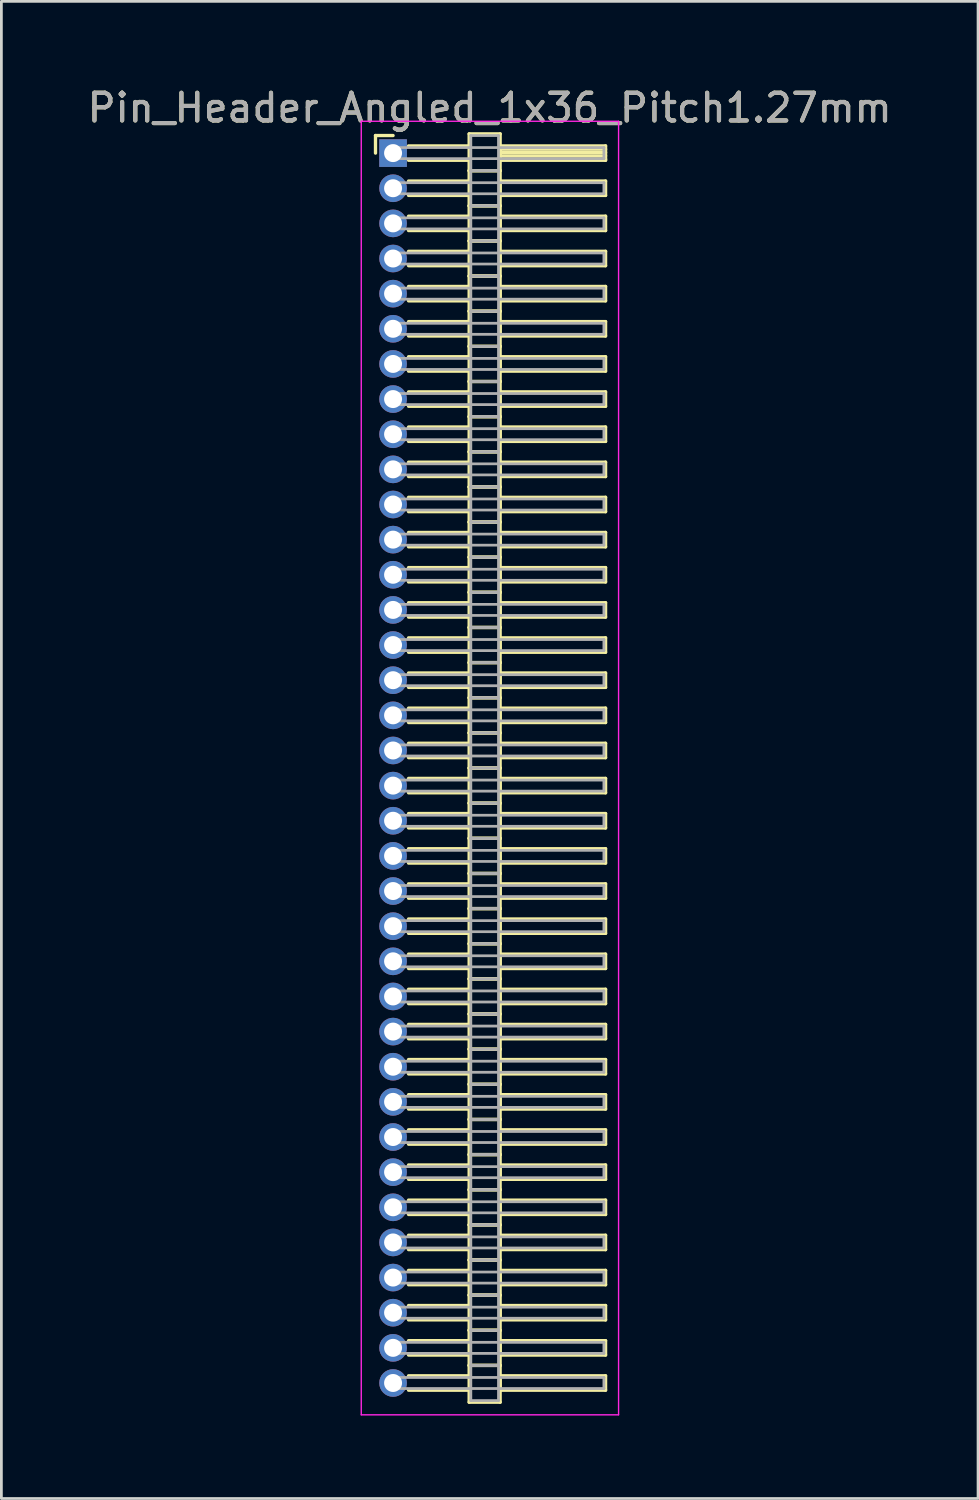
<source format=kicad_pcb>
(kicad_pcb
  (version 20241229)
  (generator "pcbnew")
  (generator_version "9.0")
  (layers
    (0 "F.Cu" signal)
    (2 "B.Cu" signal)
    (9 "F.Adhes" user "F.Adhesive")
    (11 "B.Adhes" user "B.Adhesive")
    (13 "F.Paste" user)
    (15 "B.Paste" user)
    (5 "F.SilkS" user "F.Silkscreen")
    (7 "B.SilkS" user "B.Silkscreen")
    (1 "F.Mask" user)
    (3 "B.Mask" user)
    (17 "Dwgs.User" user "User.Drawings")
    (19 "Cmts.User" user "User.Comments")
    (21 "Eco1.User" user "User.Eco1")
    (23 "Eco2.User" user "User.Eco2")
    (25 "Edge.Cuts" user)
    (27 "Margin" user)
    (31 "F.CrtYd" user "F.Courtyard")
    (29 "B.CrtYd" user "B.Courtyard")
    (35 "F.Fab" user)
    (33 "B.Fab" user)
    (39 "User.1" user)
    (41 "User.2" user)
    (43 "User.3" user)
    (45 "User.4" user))
  (footprint "Pin_Header_Angled_1x36_Pitch1.27mm"
    (layer "F.Cu")
    (at 11.156 2.483)
    (property "Reference" "Pin_Header_Angled_1x36_Pitch1.27mm" (at 3.493 -1.635 0) (layer "F.SilkS") (effects (font (size 1 1) (thickness 0.15))))
    (attr through_hole)
    (fp_line (start -0.635 -0.635) (end 0 -0.635) (stroke (width 0.12) (type solid)) (layer "F.SilkS"))
    (fp_line (start -0.635 0) (end -0.635 -0.635) (stroke (width 0.12) (type solid)) (layer "F.SilkS"))
    (fp_line (start 0.56 -0.26) (end 2.75 -0.26) (stroke (width 0.12) (type solid)) (layer "F.SilkS"))
    (fp_line (start 0.56 0.26) (end 2.75 0.26) (stroke (width 0.12) (type solid)) (layer "F.SilkS"))
    (fp_line (start 0.56 1.01) (end 2.75 1.01) (stroke (width 0.12) (type solid)) (layer "F.SilkS"))
    (fp_line (start 0.56 1.53) (end 2.75 1.53) (stroke (width 0.12) (type solid)) (layer "F.SilkS"))
    (fp_line (start 0.56 2.28) (end 2.75 2.28) (stroke (width 0.12) (type solid)) (layer "F.SilkS"))
    (fp_line (start 0.56 2.8) (end 2.75 2.8) (stroke (width 0.12) (type solid)) (layer "F.SilkS"))
    (fp_line (start 0.56 3.55) (end 2.75 3.55) (stroke (width 0.12) (type solid)) (layer "F.SilkS"))
    (fp_line (start 0.56 4.07) (end 2.75 4.07) (stroke (width 0.12) (type solid)) (layer "F.SilkS"))
    (fp_line (start 0.56 4.82) (end 2.75 4.82) (stroke (width 0.12) (type solid)) (layer "F.SilkS"))
    (fp_line (start 0.56 5.34) (end 2.75 5.34) (stroke (width 0.12) (type solid)) (layer "F.SilkS"))
    (fp_line (start 0.56 6.09) (end 2.75 6.09) (stroke (width 0.12) (type solid)) (layer "F.SilkS"))
    (fp_line (start 0.56 6.61) (end 2.75 6.61) (stroke (width 0.12) (type solid)) (layer "F.SilkS"))
    (fp_line (start 0.56 7.36) (end 2.75 7.36) (stroke (width 0.12) (type solid)) (layer "F.SilkS"))
    (fp_line (start 0.56 7.88) (end 2.75 7.88) (stroke (width 0.12) (type solid)) (layer "F.SilkS"))
    (fp_line (start 0.56 8.63) (end 2.75 8.63) (stroke (width 0.12) (type solid)) (layer "F.SilkS"))
    (fp_line (start 0.56 9.15) (end 2.75 9.15) (stroke (width 0.12) (type solid)) (layer "F.SilkS"))
    (fp_line (start 0.56 9.9) (end 2.75 9.9) (stroke (width 0.12) (type solid)) (layer "F.SilkS"))
    (fp_line (start 0.56 10.42) (end 2.75 10.42) (stroke (width 0.12) (type solid)) (layer "F.SilkS"))
    (fp_line (start 0.56 11.17) (end 2.75 11.17) (stroke (width 0.12) (type solid)) (layer "F.SilkS"))
    (fp_line (start 0.56 11.69) (end 2.75 11.69) (stroke (width 0.12) (type solid)) (layer "F.SilkS"))
    (fp_line (start 0.56 12.44) (end 2.75 12.44) (stroke (width 0.12) (type solid)) (layer "F.SilkS"))
    (fp_line (start 0.56 12.96) (end 2.75 12.96) (stroke (width 0.12) (type solid)) (layer "F.SilkS"))
    (fp_line (start 0.56 13.71) (end 2.75 13.71) (stroke (width 0.12) (type solid)) (layer "F.SilkS"))
    (fp_line (start 0.56 14.23) (end 2.75 14.23) (stroke (width 0.12) (type solid)) (layer "F.SilkS"))
    (fp_line (start 0.56 14.98) (end 2.75 14.98) (stroke (width 0.12) (type solid)) (layer "F.SilkS"))
    (fp_line (start 0.56 15.5) (end 2.75 15.5) (stroke (width 0.12) (type solid)) (layer "F.SilkS"))
    (fp_line (start 0.56 16.25) (end 2.75 16.25) (stroke (width 0.12) (type solid)) (layer "F.SilkS"))
    (fp_line (start 0.56 16.77) (end 2.75 16.77) (stroke (width 0.12) (type solid)) (layer "F.SilkS"))
    (fp_line (start 0.56 17.52) (end 2.75 17.52) (stroke (width 0.12) (type solid)) (layer "F.SilkS"))
    (fp_line (start 0.56 18.04) (end 2.75 18.04) (stroke (width 0.12) (type solid)) (layer "F.SilkS"))
    (fp_line (start 0.56 18.79) (end 2.75 18.79) (stroke (width 0.12) (type solid)) (layer "F.SilkS"))
    (fp_line (start 0.56 19.31) (end 2.75 19.31) (stroke (width 0.12) (type solid)) (layer "F.SilkS"))
    (fp_line (start 0.56 20.06) (end 2.75 20.06) (stroke (width 0.12) (type solid)) (layer "F.SilkS"))
    (fp_line (start 0.56 20.58) (end 2.75 20.58) (stroke (width 0.12) (type solid)) (layer "F.SilkS"))
    (fp_line (start 0.56 21.33) (end 2.75 21.33) (stroke (width 0.12) (type solid)) (layer "F.SilkS"))
    (fp_line (start 0.56 21.85) (end 2.75 21.85) (stroke (width 0.12) (type solid)) (layer "F.SilkS"))
    (fp_line (start 0.56 22.6) (end 2.75 22.6) (stroke (width 0.12) (type solid)) (layer "F.SilkS"))
    (fp_line (start 0.56 23.12) (end 2.75 23.12) (stroke (width 0.12) (type solid)) (layer "F.SilkS"))
    (fp_line (start 0.56 23.87) (end 2.75 23.87) (stroke (width 0.12) (type solid)) (layer "F.SilkS"))
    (fp_line (start 0.56 24.39) (end 2.75 24.39) (stroke (width 0.12) (type solid)) (layer "F.SilkS"))
    (fp_line (start 0.56 25.14) (end 2.75 25.14) (stroke (width 0.12) (type solid)) (layer "F.SilkS"))
    (fp_line (start 0.56 25.66) (end 2.75 25.66) (stroke (width 0.12) (type solid)) (layer "F.SilkS"))
    (fp_line (start 0.56 26.41) (end 2.75 26.41) (stroke (width 0.12) (type solid)) (layer "F.SilkS"))
    (fp_line (start 0.56 26.93) (end 2.75 26.93) (stroke (width 0.12) (type solid)) (layer "F.SilkS"))
    (fp_line (start 0.56 27.68) (end 2.75 27.68) (stroke (width 0.12) (type solid)) (layer "F.SilkS"))
    (fp_line (start 0.56 28.2) (end 2.75 28.2) (stroke (width 0.12) (type solid)) (layer "F.SilkS"))
    (fp_line (start 0.56 28.95) (end 2.75 28.95) (stroke (width 0.12) (type solid)) (layer "F.SilkS"))
    (fp_line (start 0.56 29.47) (end 2.75 29.47) (stroke (width 0.12) (type solid)) (layer "F.SilkS"))
    (fp_line (start 0.56 30.22) (end 2.75 30.22) (stroke (width 0.12) (type solid)) (layer "F.SilkS"))
    (fp_line (start 0.56 30.74) (end 2.75 30.74) (stroke (width 0.12) (type solid)) (layer "F.SilkS"))
    (fp_line (start 0.56 31.49) (end 2.75 31.49) (stroke (width 0.12) (type solid)) (layer "F.SilkS"))
    (fp_line (start 0.56 32.01) (end 2.75 32.01) (stroke (width 0.12) (type solid)) (layer "F.SilkS"))
    (fp_line (start 0.56 32.76) (end 2.75 32.76) (stroke (width 0.12) (type solid)) (layer "F.SilkS"))
    (fp_line (start 0.56 33.28) (end 2.75 33.28) (stroke (width 0.12) (type solid)) (layer "F.SilkS"))
    (fp_line (start 0.56 34.03) (end 2.75 34.03) (stroke (width 0.12) (type solid)) (layer "F.SilkS"))
    (fp_line (start 0.56 34.55) (end 2.75 34.55) (stroke (width 0.12) (type solid)) (layer "F.SilkS"))
    (fp_line (start 0.56 35.3) (end 2.75 35.3) (stroke (width 0.12) (type solid)) (layer "F.SilkS"))
    (fp_line (start 0.56 35.82) (end 2.75 35.82) (stroke (width 0.12) (type solid)) (layer "F.SilkS"))
    (fp_line (start 0.56 36.57) (end 2.75 36.57) (stroke (width 0.12) (type solid)) (layer "F.SilkS"))
    (fp_line (start 0.56 37.09) (end 2.75 37.09) (stroke (width 0.12) (type solid)) (layer "F.SilkS"))
    (fp_line (start 0.56 37.84) (end 2.75 37.84) (stroke (width 0.12) (type solid)) (layer "F.SilkS"))
    (fp_line (start 0.56 38.36) (end 2.75 38.36) (stroke (width 0.12) (type solid)) (layer "F.SilkS"))
    (fp_line (start 0.56 39.11) (end 2.75 39.11) (stroke (width 0.12) (type solid)) (layer "F.SilkS"))
    (fp_line (start 0.56 39.63) (end 2.75 39.63) (stroke (width 0.12) (type solid)) (layer "F.SilkS"))
    (fp_line (start 0.56 40.38) (end 2.75 40.38) (stroke (width 0.12) (type solid)) (layer "F.SilkS"))
    (fp_line (start 0.56 40.9) (end 2.75 40.9) (stroke (width 0.12) (type solid)) (layer "F.SilkS"))
    (fp_line (start 0.56 41.65) (end 2.75 41.65) (stroke (width 0.12) (type solid)) (layer "F.SilkS"))
    (fp_line (start 0.56 42.17) (end 2.75 42.17) (stroke (width 0.12) (type solid)) (layer "F.SilkS"))
    (fp_line (start 0.56 42.92) (end 2.75 42.92) (stroke (width 0.12) (type solid)) (layer "F.SilkS"))
    (fp_line (start 0.56 43.44) (end 2.75 43.44) (stroke (width 0.12) (type solid)) (layer "F.SilkS"))
    (fp_line (start 0.56 44.19) (end 2.75 44.19) (stroke (width 0.12) (type solid)) (layer "F.SilkS"))
    (fp_line (start 0.56 44.71) (end 2.75 44.71) (stroke (width 0.12) (type solid)) (layer "F.SilkS"))
    (fp_line (start 2.75 -0.695) (end 2.75 0.635) (stroke (width 0.12) (type solid)) (layer "F.SilkS"))
    (fp_line (start 2.75 0.635) (end 2.75 1.905) (stroke (width 0.12) (type solid)) (layer "F.SilkS"))
    (fp_line (start 2.75 0.635) (end 3.87 0.635) (stroke (width 0.12) (type solid)) (layer "F.SilkS"))
    (fp_line (start 2.75 1.905) (end 2.75 3.175) (stroke (width 0.12) (type solid)) (layer "F.SilkS"))
    (fp_line (start 2.75 1.905) (end 3.87 1.905) (stroke (width 0.12) (type solid)) (layer "F.SilkS"))
    (fp_line (start 2.75 3.175) (end 2.75 4.445) (stroke (width 0.12) (type solid)) (layer "F.SilkS"))
    (fp_line (start 2.75 3.175) (end 3.87 3.175) (stroke (width 0.12) (type solid)) (layer "F.SilkS"))
    (fp_line (start 2.75 4.445) (end 2.75 5.715) (stroke (width 0.12) (type solid)) (layer "F.SilkS"))
    (fp_line (start 2.75 4.445) (end 3.87 4.445) (stroke (width 0.12) (type solid)) (layer "F.SilkS"))
    (fp_line (start 2.75 5.715) (end 2.75 6.985) (stroke (width 0.12) (type solid)) (layer "F.SilkS"))
    (fp_line (start 2.75 5.715) (end 3.87 5.715) (stroke (width 0.12) (type solid)) (layer "F.SilkS"))
    (fp_line (start 2.75 6.985) (end 2.75 8.255) (stroke (width 0.12) (type solid)) (layer "F.SilkS"))
    (fp_line (start 2.75 6.985) (end 3.87 6.985) (stroke (width 0.12) (type solid)) (layer "F.SilkS"))
    (fp_line (start 2.75 8.255) (end 2.75 9.525) (stroke (width 0.12) (type solid)) (layer "F.SilkS"))
    (fp_line (start 2.75 8.255) (end 3.87 8.255) (stroke (width 0.12) (type solid)) (layer "F.SilkS"))
    (fp_line (start 2.75 9.525) (end 2.75 10.795) (stroke (width 0.12) (type solid)) (layer "F.SilkS"))
    (fp_line (start 2.75 9.525) (end 3.87 9.525) (stroke (width 0.12) (type solid)) (layer "F.SilkS"))
    (fp_line (start 2.75 10.795) (end 2.75 12.065) (stroke (width 0.12) (type solid)) (layer "F.SilkS"))
    (fp_line (start 2.75 10.795) (end 3.87 10.795) (stroke (width 0.12) (type solid)) (layer "F.SilkS"))
    (fp_line (start 2.75 12.065) (end 2.75 13.335) (stroke (width 0.12) (type solid)) (layer "F.SilkS"))
    (fp_line (start 2.75 12.065) (end 3.87 12.065) (stroke (width 0.12) (type solid)) (layer "F.SilkS"))
    (fp_line (start 2.75 13.335) (end 2.75 14.605) (stroke (width 0.12) (type solid)) (layer "F.SilkS"))
    (fp_line (start 2.75 13.335) (end 3.87 13.335) (stroke (width 0.12) (type solid)) (layer "F.SilkS"))
    (fp_line (start 2.75 14.605) (end 2.75 15.875) (stroke (width 0.12) (type solid)) (layer "F.SilkS"))
    (fp_line (start 2.75 14.605) (end 3.87 14.605) (stroke (width 0.12) (type solid)) (layer "F.SilkS"))
    (fp_line (start 2.75 15.875) (end 2.75 17.145) (stroke (width 0.12) (type solid)) (layer "F.SilkS"))
    (fp_line (start 2.75 15.875) (end 3.87 15.875) (stroke (width 0.12) (type solid)) (layer "F.SilkS"))
    (fp_line (start 2.75 17.145) (end 2.75 18.415) (stroke (width 0.12) (type solid)) (layer "F.SilkS"))
    (fp_line (start 2.75 17.145) (end 3.87 17.145) (stroke (width 0.12) (type solid)) (layer "F.SilkS"))
    (fp_line (start 2.75 18.415) (end 2.75 19.685) (stroke (width 0.12) (type solid)) (layer "F.SilkS"))
    (fp_line (start 2.75 18.415) (end 3.87 18.415) (stroke (width 0.12) (type solid)) (layer "F.SilkS"))
    (fp_line (start 2.75 19.685) (end 2.75 20.955) (stroke (width 0.12) (type solid)) (layer "F.SilkS"))
    (fp_line (start 2.75 19.685) (end 3.87 19.685) (stroke (width 0.12) (type solid)) (layer "F.SilkS"))
    (fp_line (start 2.75 20.955) (end 2.75 22.225) (stroke (width 0.12) (type solid)) (layer "F.SilkS"))
    (fp_line (start 2.75 20.955) (end 3.87 20.955) (stroke (width 0.12) (type solid)) (layer "F.SilkS"))
    (fp_line (start 2.75 22.225) (end 2.75 23.495) (stroke (width 0.12) (type solid)) (layer "F.SilkS"))
    (fp_line (start 2.75 22.225) (end 3.87 22.225) (stroke (width 0.12) (type solid)) (layer "F.SilkS"))
    (fp_line (start 2.75 23.495) (end 2.75 24.765) (stroke (width 0.12) (type solid)) (layer "F.SilkS"))
    (fp_line (start 2.75 23.495) (end 3.87 23.495) (stroke (width 0.12) (type solid)) (layer "F.SilkS"))
    (fp_line (start 2.75 24.765) (end 2.75 26.035) (stroke (width 0.12) (type solid)) (layer "F.SilkS"))
    (fp_line (start 2.75 24.765) (end 3.87 24.765) (stroke (width 0.12) (type solid)) (layer "F.SilkS"))
    (fp_line (start 2.75 26.035) (end 2.75 27.305) (stroke (width 0.12) (type solid)) (layer "F.SilkS"))
    (fp_line (start 2.75 26.035) (end 3.87 26.035) (stroke (width 0.12) (type solid)) (layer "F.SilkS"))
    (fp_line (start 2.75 27.305) (end 2.75 28.575) (stroke (width 0.12) (type solid)) (layer "F.SilkS"))
    (fp_line (start 2.75 27.305) (end 3.87 27.305) (stroke (width 0.12) (type solid)) (layer "F.SilkS"))
    (fp_line (start 2.75 28.575) (end 2.75 29.845) (stroke (width 0.12) (type solid)) (layer "F.SilkS"))
    (fp_line (start 2.75 28.575) (end 3.87 28.575) (stroke (width 0.12) (type solid)) (layer "F.SilkS"))
    (fp_line (start 2.75 29.845) (end 2.75 31.115) (stroke (width 0.12) (type solid)) (layer "F.SilkS"))
    (fp_line (start 2.75 29.845) (end 3.87 29.845) (stroke (width 0.12) (type solid)) (layer "F.SilkS"))
    (fp_line (start 2.75 31.115) (end 2.75 32.385) (stroke (width 0.12) (type solid)) (layer "F.SilkS"))
    (fp_line (start 2.75 31.115) (end 3.87 31.115) (stroke (width 0.12) (type solid)) (layer "F.SilkS"))
    (fp_line (start 2.75 32.385) (end 2.75 33.655) (stroke (width 0.12) (type solid)) (layer "F.SilkS"))
    (fp_line (start 2.75 32.385) (end 3.87 32.385) (stroke (width 0.12) (type solid)) (layer "F.SilkS"))
    (fp_line (start 2.75 33.655) (end 2.75 34.925) (stroke (width 0.12) (type solid)) (layer "F.SilkS"))
    (fp_line (start 2.75 33.655) (end 3.87 33.655) (stroke (width 0.12) (type solid)) (layer "F.SilkS"))
    (fp_line (start 2.75 34.925) (end 2.75 36.195) (stroke (width 0.12) (type solid)) (layer "F.SilkS"))
    (fp_line (start 2.75 34.925) (end 3.87 34.925) (stroke (width 0.12) (type solid)) (layer "F.SilkS"))
    (fp_line (start 2.75 36.195) (end 2.75 37.465) (stroke (width 0.12) (type solid)) (layer "F.SilkS"))
    (fp_line (start 2.75 36.195) (end 3.87 36.195) (stroke (width 0.12) (type solid)) (layer "F.SilkS"))
    (fp_line (start 2.75 37.465) (end 2.75 38.735) (stroke (width 0.12) (type solid)) (layer "F.SilkS"))
    (fp_line (start 2.75 37.465) (end 3.87 37.465) (stroke (width 0.12) (type solid)) (layer "F.SilkS"))
    (fp_line (start 2.75 38.735) (end 2.75 40.005) (stroke (width 0.12) (type solid)) (layer "F.SilkS"))
    (fp_line (start 2.75 38.735) (end 3.87 38.735) (stroke (width 0.12) (type solid)) (layer "F.SilkS"))
    (fp_line (start 2.75 40.005) (end 2.75 41.275) (stroke (width 0.12) (type solid)) (layer "F.SilkS"))
    (fp_line (start 2.75 40.005) (end 3.87 40.005) (stroke (width 0.12) (type solid)) (layer "F.SilkS"))
    (fp_line (start 2.75 41.275) (end 2.75 42.545) (stroke (width 0.12) (type solid)) (layer "F.SilkS"))
    (fp_line (start 2.75 41.275) (end 3.87 41.275) (stroke (width 0.12) (type solid)) (layer "F.SilkS"))
    (fp_line (start 2.75 42.545) (end 2.75 43.815) (stroke (width 0.12) (type solid)) (layer "F.SilkS"))
    (fp_line (start 2.75 42.545) (end 3.87 42.545) (stroke (width 0.12) (type solid)) (layer "F.SilkS"))
    (fp_line (start 2.75 43.815) (end 2.75 45.145) (stroke (width 0.12) (type solid)) (layer "F.SilkS"))
    (fp_line (start 2.75 43.815) (end 3.87 43.815) (stroke (width 0.12) (type solid)) (layer "F.SilkS"))
    (fp_line (start 2.75 45.145) (end 3.87 45.145) (stroke (width 0.12) (type solid)) (layer "F.SilkS"))
    (fp_line (start 3.87 -0.695) (end 2.75 -0.695) (stroke (width 0.12) (type solid)) (layer "F.SilkS"))
    (fp_line (start 3.87 -0.26) (end 3.87 0.26) (stroke (width 0.12) (type solid)) (layer "F.SilkS"))
    (fp_line (start 3.87 -0.14) (end 7.68 -0.14) (stroke (width 0.12) (type solid)) (layer "F.SilkS"))
    (fp_line (start 3.87 -0.02) (end 7.68 -0.02) (stroke (width 0.12) (type solid)) (layer "F.SilkS"))
    (fp_line (start 3.87 0.1) (end 7.68 0.1) (stroke (width 0.12) (type solid)) (layer "F.SilkS"))
    (fp_line (start 3.87 0.22) (end 7.68 0.22) (stroke (width 0.12) (type solid)) (layer "F.SilkS"))
    (fp_line (start 3.87 0.26) (end 7.68 0.26) (stroke (width 0.12) (type solid)) (layer "F.SilkS"))
    (fp_line (start 3.87 0.635) (end 2.75 0.635) (stroke (width 0.12) (type solid)) (layer "F.SilkS"))
    (fp_line (start 3.87 0.635) (end 3.87 -0.695) (stroke (width 0.12) (type solid)) (layer "F.SilkS"))
    (fp_line (start 3.87 1.01) (end 3.87 1.53) (stroke (width 0.12) (type solid)) (layer "F.SilkS"))
    (fp_line (start 3.87 1.53) (end 7.68 1.53) (stroke (width 0.12) (type solid)) (layer "F.SilkS"))
    (fp_line (start 3.87 1.905) (end 2.75 1.905) (stroke (width 0.12) (type solid)) (layer "F.SilkS"))
    (fp_line (start 3.87 1.905) (end 3.87 0.635) (stroke (width 0.12) (type solid)) (layer "F.SilkS"))
    (fp_line (start 3.87 2.28) (end 3.87 2.8) (stroke (width 0.12) (type solid)) (layer "F.SilkS"))
    (fp_line (start 3.87 2.8) (end 7.68 2.8) (stroke (width 0.12) (type solid)) (layer "F.SilkS"))
    (fp_line (start 3.87 3.175) (end 2.75 3.175) (stroke (width 0.12) (type solid)) (layer "F.SilkS"))
    (fp_line (start 3.87 3.175) (end 3.87 1.905) (stroke (width 0.12) (type solid)) (layer "F.SilkS"))
    (fp_line (start 3.87 3.55) (end 3.87 4.07) (stroke (width 0.12) (type solid)) (layer "F.SilkS"))
    (fp_line (start 3.87 4.07) (end 7.68 4.07) (stroke (width 0.12) (type solid)) (layer "F.SilkS"))
    (fp_line (start 3.87 4.445) (end 2.75 4.445) (stroke (width 0.12) (type solid)) (layer "F.SilkS"))
    (fp_line (start 3.87 4.445) (end 3.87 3.175) (stroke (width 0.12) (type solid)) (layer "F.SilkS"))
    (fp_line (start 3.87 4.82) (end 3.87 5.34) (stroke (width 0.12) (type solid)) (layer "F.SilkS"))
    (fp_line (start 3.87 5.34) (end 7.68 5.34) (stroke (width 0.12) (type solid)) (layer "F.SilkS"))
    (fp_line (start 3.87 5.715) (end 2.75 5.715) (stroke (width 0.12) (type solid)) (layer "F.SilkS"))
    (fp_line (start 3.87 5.715) (end 3.87 4.445) (stroke (width 0.12) (type solid)) (layer "F.SilkS"))
    (fp_line (start 3.87 6.09) (end 3.87 6.61) (stroke (width 0.12) (type solid)) (layer "F.SilkS"))
    (fp_line (start 3.87 6.61) (end 7.68 6.61) (stroke (width 0.12) (type solid)) (layer "F.SilkS"))
    (fp_line (start 3.87 6.985) (end 2.75 6.985) (stroke (width 0.12) (type solid)) (layer "F.SilkS"))
    (fp_line (start 3.87 6.985) (end 3.87 5.715) (stroke (width 0.12) (type solid)) (layer "F.SilkS"))
    (fp_line (start 3.87 7.36) (end 3.87 7.88) (stroke (width 0.12) (type solid)) (layer "F.SilkS"))
    (fp_line (start 3.87 7.88) (end 7.68 7.88) (stroke (width 0.12) (type solid)) (layer "F.SilkS"))
    (fp_line (start 3.87 8.255) (end 2.75 8.255) (stroke (width 0.12) (type solid)) (layer "F.SilkS"))
    (fp_line (start 3.87 8.255) (end 3.87 6.985) (stroke (width 0.12) (type solid)) (layer "F.SilkS"))
    (fp_line (start 3.87 8.63) (end 3.87 9.15) (stroke (width 0.12) (type solid)) (layer "F.SilkS"))
    (fp_line (start 3.87 9.15) (end 7.68 9.15) (stroke (width 0.12) (type solid)) (layer "F.SilkS"))
    (fp_line (start 3.87 9.525) (end 2.75 9.525) (stroke (width 0.12) (type solid)) (layer "F.SilkS"))
    (fp_line (start 3.87 9.525) (end 3.87 8.255) (stroke (width 0.12) (type solid)) (layer "F.SilkS"))
    (fp_line (start 3.87 9.9) (end 3.87 10.42) (stroke (width 0.12) (type solid)) (layer "F.SilkS"))
    (fp_line (start 3.87 10.42) (end 7.68 10.42) (stroke (width 0.12) (type solid)) (layer "F.SilkS"))
    (fp_line (start 3.87 10.795) (end 2.75 10.795) (stroke (width 0.12) (type solid)) (layer "F.SilkS"))
    (fp_line (start 3.87 10.795) (end 3.87 9.525) (stroke (width 0.12) (type solid)) (layer "F.SilkS"))
    (fp_line (start 3.87 11.17) (end 3.87 11.69) (stroke (width 0.12) (type solid)) (layer "F.SilkS"))
    (fp_line (start 3.87 11.69) (end 7.68 11.69) (stroke (width 0.12) (type solid)) (layer "F.SilkS"))
    (fp_line (start 3.87 12.065) (end 2.75 12.065) (stroke (width 0.12) (type solid)) (layer "F.SilkS"))
    (fp_line (start 3.87 12.065) (end 3.87 10.795) (stroke (width 0.12) (type solid)) (layer "F.SilkS"))
    (fp_line (start 3.87 12.44) (end 3.87 12.96) (stroke (width 0.12) (type solid)) (layer "F.SilkS"))
    (fp_line (start 3.87 12.96) (end 7.68 12.96) (stroke (width 0.12) (type solid)) (layer "F.SilkS"))
    (fp_line (start 3.87 13.335) (end 2.75 13.335) (stroke (width 0.12) (type solid)) (layer "F.SilkS"))
    (fp_line (start 3.87 13.335) (end 3.87 12.065) (stroke (width 0.12) (type solid)) (layer "F.SilkS"))
    (fp_line (start 3.87 13.71) (end 3.87 14.23) (stroke (width 0.12) (type solid)) (layer "F.SilkS"))
    (fp_line (start 3.87 14.23) (end 7.68 14.23) (stroke (width 0.12) (type solid)) (layer "F.SilkS"))
    (fp_line (start 3.87 14.605) (end 2.75 14.605) (stroke (width 0.12) (type solid)) (layer "F.SilkS"))
    (fp_line (start 3.87 14.605) (end 3.87 13.335) (stroke (width 0.12) (type solid)) (layer "F.SilkS"))
    (fp_line (start 3.87 14.98) (end 3.87 15.5) (stroke (width 0.12) (type solid)) (layer "F.SilkS"))
    (fp_line (start 3.87 15.5) (end 7.68 15.5) (stroke (width 0.12) (type solid)) (layer "F.SilkS"))
    (fp_line (start 3.87 15.875) (end 2.75 15.875) (stroke (width 0.12) (type solid)) (layer "F.SilkS"))
    (fp_line (start 3.87 15.875) (end 3.87 14.605) (stroke (width 0.12) (type solid)) (layer "F.SilkS"))
    (fp_line (start 3.87 16.25) (end 3.87 16.77) (stroke (width 0.12) (type solid)) (layer "F.SilkS"))
    (fp_line (start 3.87 16.77) (end 7.68 16.77) (stroke (width 0.12) (type solid)) (layer "F.SilkS"))
    (fp_line (start 3.87 17.145) (end 2.75 17.145) (stroke (width 0.12) (type solid)) (layer "F.SilkS"))
    (fp_line (start 3.87 17.145) (end 3.87 15.875) (stroke (width 0.12) (type solid)) (layer "F.SilkS"))
    (fp_line (start 3.87 17.52) (end 3.87 18.04) (stroke (width 0.12) (type solid)) (layer "F.SilkS"))
    (fp_line (start 3.87 18.04) (end 7.68 18.04) (stroke (width 0.12) (type solid)) (layer "F.SilkS"))
    (fp_line (start 3.87 18.415) (end 2.75 18.415) (stroke (width 0.12) (type solid)) (layer "F.SilkS"))
    (fp_line (start 3.87 18.415) (end 3.87 17.145) (stroke (width 0.12) (type solid)) (layer "F.SilkS"))
    (fp_line (start 3.87 18.79) (end 3.87 19.31) (stroke (width 0.12) (type solid)) (layer "F.SilkS"))
    (fp_line (start 3.87 19.31) (end 7.68 19.31) (stroke (width 0.12) (type solid)) (layer "F.SilkS"))
    (fp_line (start 3.87 19.685) (end 2.75 19.685) (stroke (width 0.12) (type solid)) (layer "F.SilkS"))
    (fp_line (start 3.87 19.685) (end 3.87 18.415) (stroke (width 0.12) (type solid)) (layer "F.SilkS"))
    (fp_line (start 3.87 20.06) (end 3.87 20.58) (stroke (width 0.12) (type solid)) (layer "F.SilkS"))
    (fp_line (start 3.87 20.58) (end 7.68 20.58) (stroke (width 0.12) (type solid)) (layer "F.SilkS"))
    (fp_line (start 3.87 20.955) (end 2.75 20.955) (stroke (width 0.12) (type solid)) (layer "F.SilkS"))
    (fp_line (start 3.87 20.955) (end 3.87 19.685) (stroke (width 0.12) (type solid)) (layer "F.SilkS"))
    (fp_line (start 3.87 21.33) (end 3.87 21.85) (stroke (width 0.12) (type solid)) (layer "F.SilkS"))
    (fp_line (start 3.87 21.85) (end 7.68 21.85) (stroke (width 0.12) (type solid)) (layer "F.SilkS"))
    (fp_line (start 3.87 22.225) (end 2.75 22.225) (stroke (width 0.12) (type solid)) (layer "F.SilkS"))
    (fp_line (start 3.87 22.225) (end 3.87 20.955) (stroke (width 0.12) (type solid)) (layer "F.SilkS"))
    (fp_line (start 3.87 22.6) (end 3.87 23.12) (stroke (width 0.12) (type solid)) (layer "F.SilkS"))
    (fp_line (start 3.87 23.12) (end 7.68 23.12) (stroke (width 0.12) (type solid)) (layer "F.SilkS"))
    (fp_line (start 3.87 23.495) (end 2.75 23.495) (stroke (width 0.12) (type solid)) (layer "F.SilkS"))
    (fp_line (start 3.87 23.495) (end 3.87 22.225) (stroke (width 0.12) (type solid)) (layer "F.SilkS"))
    (fp_line (start 3.87 23.87) (end 3.87 24.39) (stroke (width 0.12) (type solid)) (layer "F.SilkS"))
    (fp_line (start 3.87 24.39) (end 7.68 24.39) (stroke (width 0.12) (type solid)) (layer "F.SilkS"))
    (fp_line (start 3.87 24.765) (end 2.75 24.765) (stroke (width 0.12) (type solid)) (layer "F.SilkS"))
    (fp_line (start 3.87 24.765) (end 3.87 23.495) (stroke (width 0.12) (type solid)) (layer "F.SilkS"))
    (fp_line (start 3.87 25.14) (end 3.87 25.66) (stroke (width 0.12) (type solid)) (layer "F.SilkS"))
    (fp_line (start 3.87 25.66) (end 7.68 25.66) (stroke (width 0.12) (type solid)) (layer "F.SilkS"))
    (fp_line (start 3.87 26.035) (end 2.75 26.035) (stroke (width 0.12) (type solid)) (layer "F.SilkS"))
    (fp_line (start 3.87 26.035) (end 3.87 24.765) (stroke (width 0.12) (type solid)) (layer "F.SilkS"))
    (fp_line (start 3.87 26.41) (end 3.87 26.93) (stroke (width 0.12) (type solid)) (layer "F.SilkS"))
    (fp_line (start 3.87 26.93) (end 7.68 26.93) (stroke (width 0.12) (type solid)) (layer "F.SilkS"))
    (fp_line (start 3.87 27.305) (end 2.75 27.305) (stroke (width 0.12) (type solid)) (layer "F.SilkS"))
    (fp_line (start 3.87 27.305) (end 3.87 26.035) (stroke (width 0.12) (type solid)) (layer "F.SilkS"))
    (fp_line (start 3.87 27.68) (end 3.87 28.2) (stroke (width 0.12) (type solid)) (layer "F.SilkS"))
    (fp_line (start 3.87 28.2) (end 7.68 28.2) (stroke (width 0.12) (type solid)) (layer "F.SilkS"))
    (fp_line (start 3.87 28.575) (end 2.75 28.575) (stroke (width 0.12) (type solid)) (layer "F.SilkS"))
    (fp_line (start 3.87 28.575) (end 3.87 27.305) (stroke (width 0.12) (type solid)) (layer "F.SilkS"))
    (fp_line (start 3.87 28.95) (end 3.87 29.47) (stroke (width 0.12) (type solid)) (layer "F.SilkS"))
    (fp_line (start 3.87 29.47) (end 7.68 29.47) (stroke (width 0.12) (type solid)) (layer "F.SilkS"))
    (fp_line (start 3.87 29.845) (end 2.75 29.845) (stroke (width 0.12) (type solid)) (layer "F.SilkS"))
    (fp_line (start 3.87 29.845) (end 3.87 28.575) (stroke (width 0.12) (type solid)) (layer "F.SilkS"))
    (fp_line (start 3.87 30.22) (end 3.87 30.74) (stroke (width 0.12) (type solid)) (layer "F.SilkS"))
    (fp_line (start 3.87 30.74) (end 7.68 30.74) (stroke (width 0.12) (type solid)) (layer "F.SilkS"))
    (fp_line (start 3.87 31.115) (end 2.75 31.115) (stroke (width 0.12) (type solid)) (layer "F.SilkS"))
    (fp_line (start 3.87 31.115) (end 3.87 29.845) (stroke (width 0.12) (type solid)) (layer "F.SilkS"))
    (fp_line (start 3.87 31.49) (end 3.87 32.01) (stroke (width 0.12) (type solid)) (layer "F.SilkS"))
    (fp_line (start 3.87 32.01) (end 7.68 32.01) (stroke (width 0.12) (type solid)) (layer "F.SilkS"))
    (fp_line (start 3.87 32.385) (end 2.75 32.385) (stroke (width 0.12) (type solid)) (layer "F.SilkS"))
    (fp_line (start 3.87 32.385) (end 3.87 31.115) (stroke (width 0.12) (type solid)) (layer "F.SilkS"))
    (fp_line (start 3.87 32.76) (end 3.87 33.28) (stroke (width 0.12) (type solid)) (layer "F.SilkS"))
    (fp_line (start 3.87 33.28) (end 7.68 33.28) (stroke (width 0.12) (type solid)) (layer "F.SilkS"))
    (fp_line (start 3.87 33.655) (end 2.75 33.655) (stroke (width 0.12) (type solid)) (layer "F.SilkS"))
    (fp_line (start 3.87 33.655) (end 3.87 32.385) (stroke (width 0.12) (type solid)) (layer "F.SilkS"))
    (fp_line (start 3.87 34.03) (end 3.87 34.55) (stroke (width 0.12) (type solid)) (layer "F.SilkS"))
    (fp_line (start 3.87 34.55) (end 7.68 34.55) (stroke (width 0.12) (type solid)) (layer "F.SilkS"))
    (fp_line (start 3.87 34.925) (end 2.75 34.925) (stroke (width 0.12) (type solid)) (layer "F.SilkS"))
    (fp_line (start 3.87 34.925) (end 3.87 33.655) (stroke (width 0.12) (type solid)) (layer "F.SilkS"))
    (fp_line (start 3.87 35.3) (end 3.87 35.82) (stroke (width 0.12) (type solid)) (layer "F.SilkS"))
    (fp_line (start 3.87 35.82) (end 7.68 35.82) (stroke (width 0.12) (type solid)) (layer "F.SilkS"))
    (fp_line (start 3.87 36.195) (end 2.75 36.195) (stroke (width 0.12) (type solid)) (layer "F.SilkS"))
    (fp_line (start 3.87 36.195) (end 3.87 34.925) (stroke (width 0.12) (type solid)) (layer "F.SilkS"))
    (fp_line (start 3.87 36.57) (end 3.87 37.09) (stroke (width 0.12) (type solid)) (layer "F.SilkS"))
    (fp_line (start 3.87 37.09) (end 7.68 37.09) (stroke (width 0.12) (type solid)) (layer "F.SilkS"))
    (fp_line (start 3.87 37.465) (end 2.75 37.465) (stroke (width 0.12) (type solid)) (layer "F.SilkS"))
    (fp_line (start 3.87 37.465) (end 3.87 36.195) (stroke (width 0.12) (type solid)) (layer "F.SilkS"))
    (fp_line (start 3.87 37.84) (end 3.87 38.36) (stroke (width 0.12) (type solid)) (layer "F.SilkS"))
    (fp_line (start 3.87 38.36) (end 7.68 38.36) (stroke (width 0.12) (type solid)) (layer "F.SilkS"))
    (fp_line (start 3.87 38.735) (end 2.75 38.735) (stroke (width 0.12) (type solid)) (layer "F.SilkS"))
    (fp_line (start 3.87 38.735) (end 3.87 37.465) (stroke (width 0.12) (type solid)) (layer "F.SilkS"))
    (fp_line (start 3.87 39.11) (end 3.87 39.63) (stroke (width 0.12) (type solid)) (layer "F.SilkS"))
    (fp_line (start 3.87 39.63) (end 7.68 39.63) (stroke (width 0.12) (type solid)) (layer "F.SilkS"))
    (fp_line (start 3.87 40.005) (end 2.75 40.005) (stroke (width 0.12) (type solid)) (layer "F.SilkS"))
    (fp_line (start 3.87 40.005) (end 3.87 38.735) (stroke (width 0.12) (type solid)) (layer "F.SilkS"))
    (fp_line (start 3.87 40.38) (end 3.87 40.9) (stroke (width 0.12) (type solid)) (layer "F.SilkS"))
    (fp_line (start 3.87 40.9) (end 7.68 40.9) (stroke (width 0.12) (type solid)) (layer "F.SilkS"))
    (fp_line (start 3.87 41.275) (end 2.75 41.275) (stroke (width 0.12) (type solid)) (layer "F.SilkS"))
    (fp_line (start 3.87 41.275) (end 3.87 40.005) (stroke (width 0.12) (type solid)) (layer "F.SilkS"))
    (fp_line (start 3.87 41.65) (end 3.87 42.17) (stroke (width 0.12) (type solid)) (layer "F.SilkS"))
    (fp_line (start 3.87 42.17) (end 7.68 42.17) (stroke (width 0.12) (type solid)) (layer "F.SilkS"))
    (fp_line (start 3.87 42.545) (end 2.75 42.545) (stroke (width 0.12) (type solid)) (layer "F.SilkS"))
    (fp_line (start 3.87 42.545) (end 3.87 41.275) (stroke (width 0.12) (type solid)) (layer "F.SilkS"))
    (fp_line (start 3.87 42.92) (end 3.87 43.44) (stroke (width 0.12) (type solid)) (layer "F.SilkS"))
    (fp_line (start 3.87 43.44) (end 7.68 43.44) (stroke (width 0.12) (type solid)) (layer "F.SilkS"))
    (fp_line (start 3.87 43.815) (end 2.75 43.815) (stroke (width 0.12) (type solid)) (layer "F.SilkS"))
    (fp_line (start 3.87 43.815) (end 3.87 42.545) (stroke (width 0.12) (type solid)) (layer "F.SilkS"))
    (fp_line (start 3.87 44.19) (end 3.87 44.71) (stroke (width 0.12) (type solid)) (layer "F.SilkS"))
    (fp_line (start 3.87 44.71) (end 7.68 44.71) (stroke (width 0.12) (type solid)) (layer "F.SilkS"))
    (fp_line (start 3.87 45.145) (end 3.87 43.815) (stroke (width 0.12) (type solid)) (layer "F.SilkS"))
    (fp_line (start 7.68 -0.26) (end 3.87 -0.26) (stroke (width 0.12) (type solid)) (layer "F.SilkS"))
    (fp_line (start 7.68 0.26) (end 7.68 -0.26) (stroke (width 0.12) (type solid)) (layer "F.SilkS"))
    (fp_line (start 7.68 1.01) (end 3.87 1.01) (stroke (width 0.12) (type solid)) (layer "F.SilkS"))
    (fp_line (start 7.68 1.53) (end 7.68 1.01) (stroke (width 0.12) (type solid)) (layer "F.SilkS"))
    (fp_line (start 7.68 2.28) (end 3.87 2.28) (stroke (width 0.12) (type solid)) (layer "F.SilkS"))
    (fp_line (start 7.68 2.8) (end 7.68 2.28) (stroke (width 0.12) (type solid)) (layer "F.SilkS"))
    (fp_line (start 7.68 3.55) (end 3.87 3.55) (stroke (width 0.12) (type solid)) (layer "F.SilkS"))
    (fp_line (start 7.68 4.07) (end 7.68 3.55) (stroke (width 0.12) (type solid)) (layer "F.SilkS"))
    (fp_line (start 7.68 4.82) (end 3.87 4.82) (stroke (width 0.12) (type solid)) (layer "F.SilkS"))
    (fp_line (start 7.68 5.34) (end 7.68 4.82) (stroke (width 0.12) (type solid)) (layer "F.SilkS"))
    (fp_line (start 7.68 6.09) (end 3.87 6.09) (stroke (width 0.12) (type solid)) (layer "F.SilkS"))
    (fp_line (start 7.68 6.61) (end 7.68 6.09) (stroke (width 0.12) (type solid)) (layer "F.SilkS"))
    (fp_line (start 7.68 7.36) (end 3.87 7.36) (stroke (width 0.12) (type solid)) (layer "F.SilkS"))
    (fp_line (start 7.68 7.88) (end 7.68 7.36) (stroke (width 0.12) (type solid)) (layer "F.SilkS"))
    (fp_line (start 7.68 8.63) (end 3.87 8.63) (stroke (width 0.12) (type solid)) (layer "F.SilkS"))
    (fp_line (start 7.68 9.15) (end 7.68 8.63) (stroke (width 0.12) (type solid)) (layer "F.SilkS"))
    (fp_line (start 7.68 9.9) (end 3.87 9.9) (stroke (width 0.12) (type solid)) (layer "F.SilkS"))
    (fp_line (start 7.68 10.42) (end 7.68 9.9) (stroke (width 0.12) (type solid)) (layer "F.SilkS"))
    (fp_line (start 7.68 11.17) (end 3.87 11.17) (stroke (width 0.12) (type solid)) (layer "F.SilkS"))
    (fp_line (start 7.68 11.69) (end 7.68 11.17) (stroke (width 0.12) (type solid)) (layer "F.SilkS"))
    (fp_line (start 7.68 12.44) (end 3.87 12.44) (stroke (width 0.12) (type solid)) (layer "F.SilkS"))
    (fp_line (start 7.68 12.96) (end 7.68 12.44) (stroke (width 0.12) (type solid)) (layer "F.SilkS"))
    (fp_line (start 7.68 13.71) (end 3.87 13.71) (stroke (width 0.12) (type solid)) (layer "F.SilkS"))
    (fp_line (start 7.68 14.23) (end 7.68 13.71) (stroke (width 0.12) (type solid)) (layer "F.SilkS"))
    (fp_line (start 7.68 14.98) (end 3.87 14.98) (stroke (width 0.12) (type solid)) (layer "F.SilkS"))
    (fp_line (start 7.68 15.5) (end 7.68 14.98) (stroke (width 0.12) (type solid)) (layer "F.SilkS"))
    (fp_line (start 7.68 16.25) (end 3.87 16.25) (stroke (width 0.12) (type solid)) (layer "F.SilkS"))
    (fp_line (start 7.68 16.77) (end 7.68 16.25) (stroke (width 0.12) (type solid)) (layer "F.SilkS"))
    (fp_line (start 7.68 17.52) (end 3.87 17.52) (stroke (width 0.12) (type solid)) (layer "F.SilkS"))
    (fp_line (start 7.68 18.04) (end 7.68 17.52) (stroke (width 0.12) (type solid)) (layer "F.SilkS"))
    (fp_line (start 7.68 18.79) (end 3.87 18.79) (stroke (width 0.12) (type solid)) (layer "F.SilkS"))
    (fp_line (start 7.68 19.31) (end 7.68 18.79) (stroke (width 0.12) (type solid)) (layer "F.SilkS"))
    (fp_line (start 7.68 20.06) (end 3.87 20.06) (stroke (width 0.12) (type solid)) (layer "F.SilkS"))
    (fp_line (start 7.68 20.58) (end 7.68 20.06) (stroke (width 0.12) (type solid)) (layer "F.SilkS"))
    (fp_line (start 7.68 21.33) (end 3.87 21.33) (stroke (width 0.12) (type solid)) (layer "F.SilkS"))
    (fp_line (start 7.68 21.85) (end 7.68 21.33) (stroke (width 0.12) (type solid)) (layer "F.SilkS"))
    (fp_line (start 7.68 22.6) (end 3.87 22.6) (stroke (width 0.12) (type solid)) (layer "F.SilkS"))
    (fp_line (start 7.68 23.12) (end 7.68 22.6) (stroke (width 0.12) (type solid)) (layer "F.SilkS"))
    (fp_line (start 7.68 23.87) (end 3.87 23.87) (stroke (width 0.12) (type solid)) (layer "F.SilkS"))
    (fp_line (start 7.68 24.39) (end 7.68 23.87) (stroke (width 0.12) (type solid)) (layer "F.SilkS"))
    (fp_line (start 7.68 25.14) (end 3.87 25.14) (stroke (width 0.12) (type solid)) (layer "F.SilkS"))
    (fp_line (start 7.68 25.66) (end 7.68 25.14) (stroke (width 0.12) (type solid)) (layer "F.SilkS"))
    (fp_line (start 7.68 26.41) (end 3.87 26.41) (stroke (width 0.12) (type solid)) (layer "F.SilkS"))
    (fp_line (start 7.68 26.93) (end 7.68 26.41) (stroke (width 0.12) (type solid)) (layer "F.SilkS"))
    (fp_line (start 7.68 27.68) (end 3.87 27.68) (stroke (width 0.12) (type solid)) (layer "F.SilkS"))
    (fp_line (start 7.68 28.2) (end 7.68 27.68) (stroke (width 0.12) (type solid)) (layer "F.SilkS"))
    (fp_line (start 7.68 28.95) (end 3.87 28.95) (stroke (width 0.12) (type solid)) (layer "F.SilkS"))
    (fp_line (start 7.68 29.47) (end 7.68 28.95) (stroke (width 0.12) (type solid)) (layer "F.SilkS"))
    (fp_line (start 7.68 30.22) (end 3.87 30.22) (stroke (width 0.12) (type solid)) (layer "F.SilkS"))
    (fp_line (start 7.68 30.74) (end 7.68 30.22) (stroke (width 0.12) (type solid)) (layer "F.SilkS"))
    (fp_line (start 7.68 31.49) (end 3.87 31.49) (stroke (width 0.12) (type solid)) (layer "F.SilkS"))
    (fp_line (start 7.68 32.01) (end 7.68 31.49) (stroke (width 0.12) (type solid)) (layer "F.SilkS"))
    (fp_line (start 7.68 32.76) (end 3.87 32.76) (stroke (width 0.12) (type solid)) (layer "F.SilkS"))
    (fp_line (start 7.68 33.28) (end 7.68 32.76) (stroke (width 0.12) (type solid)) (layer "F.SilkS"))
    (fp_line (start 7.68 34.03) (end 3.87 34.03) (stroke (width 0.12) (type solid)) (layer "F.SilkS"))
    (fp_line (start 7.68 34.55) (end 7.68 34.03) (stroke (width 0.12) (type solid)) (layer "F.SilkS"))
    (fp_line (start 7.68 35.3) (end 3.87 35.3) (stroke (width 0.12) (type solid)) (layer "F.SilkS"))
    (fp_line (start 7.68 35.82) (end 7.68 35.3) (stroke (width 0.12) (type solid)) (layer "F.SilkS"))
    (fp_line (start 7.68 36.57) (end 3.87 36.57) (stroke (width 0.12) (type solid)) (layer "F.SilkS"))
    (fp_line (start 7.68 37.09) (end 7.68 36.57) (stroke (width 0.12) (type solid)) (layer "F.SilkS"))
    (fp_line (start 7.68 37.84) (end 3.87 37.84) (stroke (width 0.12) (type solid)) (layer "F.SilkS"))
    (fp_line (start 7.68 38.36) (end 7.68 37.84) (stroke (width 0.12) (type solid)) (layer "F.SilkS"))
    (fp_line (start 7.68 39.11) (end 3.87 39.11) (stroke (width 0.12) (type solid)) (layer "F.SilkS"))
    (fp_line (start 7.68 39.63) (end 7.68 39.11) (stroke (width 0.12) (type solid)) (layer "F.SilkS"))
    (fp_line (start 7.68 40.38) (end 3.87 40.38) (stroke (width 0.12) (type solid)) (layer "F.SilkS"))
    (fp_line (start 7.68 40.9) (end 7.68 40.38) (stroke (width 0.12) (type solid)) (layer "F.SilkS"))
    (fp_line (start 7.68 41.65) (end 3.87 41.65) (stroke (width 0.12) (type solid)) (layer "F.SilkS"))
    (fp_line (start 7.68 42.17) (end 7.68 41.65) (stroke (width 0.12) (type solid)) (layer "F.SilkS"))
    (fp_line (start 7.68 42.92) (end 3.87 42.92) (stroke (width 0.12) (type solid)) (layer "F.SilkS"))
    (fp_line (start 7.68 43.44) (end 7.68 42.92) (stroke (width 0.12) (type solid)) (layer "F.SilkS"))
    (fp_line (start 7.68 44.19) (end 3.87 44.19) (stroke (width 0.12) (type solid)) (layer "F.SilkS"))
    (fp_line (start 7.68 44.71) (end 7.68 44.19) (stroke (width 0.12) (type solid)) (layer "F.SilkS"))
    (fp_line (start -1.15 -1.15) (end -1.15 45.6) (stroke (width 0.05) (type solid)) (layer "F.CrtYd"))
    (fp_line (start -1.15 45.6) (end 8.15 45.6) (stroke (width 0.05) (type solid)) (layer "F.CrtYd"))
    (fp_line (start 8.15 -1.15) (end -1.15 -1.15) (stroke (width 0.05) (type solid)) (layer "F.CrtYd"))
    (fp_line (start 8.15 45.6) (end 8.15 -1.15) (stroke (width 0.05) (type solid)) (layer "F.CrtYd"))
    (fp_line (start 0 -0.2) (end 0 0.2) (stroke (width 0.1) (type solid)) (layer "F.Fab"))
    (fp_line (start 0 0.2) (end 7.62 0.2) (stroke (width 0.1) (type solid)) (layer "F.Fab"))
    (fp_line (start 0 1.07) (end 0 1.47) (stroke (width 0.1) (type solid)) (layer "F.Fab"))
    (fp_line (start 0 1.47) (end 7.62 1.47) (stroke (width 0.1) (type solid)) (layer "F.Fab"))
    (fp_line (start 0 2.34) (end 0 2.74) (stroke (width 0.1) (type solid)) (layer "F.Fab"))
    (fp_line (start 0 2.74) (end 7.62 2.74) (stroke (width 0.1) (type solid)) (layer "F.Fab"))
    (fp_line (start 0 3.61) (end 0 4.01) (stroke (width 0.1) (type solid)) (layer "F.Fab"))
    (fp_line (start 0 4.01) (end 7.62 4.01) (stroke (width 0.1) (type solid)) (layer "F.Fab"))
    (fp_line (start 0 4.88) (end 0 5.28) (stroke (width 0.1) (type solid)) (layer "F.Fab"))
    (fp_line (start 0 5.28) (end 7.62 5.28) (stroke (width 0.1) (type solid)) (layer "F.Fab"))
    (fp_line (start 0 6.15) (end 0 6.55) (stroke (width 0.1) (type solid)) (layer "F.Fab"))
    (fp_line (start 0 6.55) (end 7.62 6.55) (stroke (width 0.1) (type solid)) (layer "F.Fab"))
    (fp_line (start 0 7.42) (end 0 7.82) (stroke (width 0.1) (type solid)) (layer "F.Fab"))
    (fp_line (start 0 7.82) (end 7.62 7.82) (stroke (width 0.1) (type solid)) (layer "F.Fab"))
    (fp_line (start 0 8.69) (end 0 9.09) (stroke (width 0.1) (type solid)) (layer "F.Fab"))
    (fp_line (start 0 9.09) (end 7.62 9.09) (stroke (width 0.1) (type solid)) (layer "F.Fab"))
    (fp_line (start 0 9.96) (end 0 10.36) (stroke (width 0.1) (type solid)) (layer "F.Fab"))
    (fp_line (start 0 10.36) (end 7.62 10.36) (stroke (width 0.1) (type solid)) (layer "F.Fab"))
    (fp_line (start 0 11.23) (end 0 11.63) (stroke (width 0.1) (type solid)) (layer "F.Fab"))
    (fp_line (start 0 11.63) (end 7.62 11.63) (stroke (width 0.1) (type solid)) (layer "F.Fab"))
    (fp_line (start 0 12.5) (end 0 12.9) (stroke (width 0.1) (type solid)) (layer "F.Fab"))
    (fp_line (start 0 12.9) (end 7.62 12.9) (stroke (width 0.1) (type solid)) (layer "F.Fab"))
    (fp_line (start 0 13.77) (end 0 14.17) (stroke (width 0.1) (type solid)) (layer "F.Fab"))
    (fp_line (start 0 14.17) (end 7.62 14.17) (stroke (width 0.1) (type solid)) (layer "F.Fab"))
    (fp_line (start 0 15.04) (end 0 15.44) (stroke (width 0.1) (type solid)) (layer "F.Fab"))
    (fp_line (start 0 15.44) (end 7.62 15.44) (stroke (width 0.1) (type solid)) (layer "F.Fab"))
    (fp_line (start 0 16.31) (end 0 16.71) (stroke (width 0.1) (type solid)) (layer "F.Fab"))
    (fp_line (start 0 16.71) (end 7.62 16.71) (stroke (width 0.1) (type solid)) (layer "F.Fab"))
    (fp_line (start 0 17.58) (end 0 17.98) (stroke (width 0.1) (type solid)) (layer "F.Fab"))
    (fp_line (start 0 17.98) (end 7.62 17.98) (stroke (width 0.1) (type solid)) (layer "F.Fab"))
    (fp_line (start 0 18.85) (end 0 19.25) (stroke (width 0.1) (type solid)) (layer "F.Fab"))
    (fp_line (start 0 19.25) (end 7.62 19.25) (stroke (width 0.1) (type solid)) (layer "F.Fab"))
    (fp_line (start 0 20.12) (end 0 20.52) (stroke (width 0.1) (type solid)) (layer "F.Fab"))
    (fp_line (start 0 20.52) (end 7.62 20.52) (stroke (width 0.1) (type solid)) (layer "F.Fab"))
    (fp_line (start 0 21.39) (end 0 21.79) (stroke (width 0.1) (type solid)) (layer "F.Fab"))
    (fp_line (start 0 21.79) (end 7.62 21.79) (stroke (width 0.1) (type solid)) (layer "F.Fab"))
    (fp_line (start 0 22.66) (end 0 23.06) (stroke (width 0.1) (type solid)) (layer "F.Fab"))
    (fp_line (start 0 23.06) (end 7.62 23.06) (stroke (width 0.1) (type solid)) (layer "F.Fab"))
    (fp_line (start 0 23.93) (end 0 24.33) (stroke (width 0.1) (type solid)) (layer "F.Fab"))
    (fp_line (start 0 24.33) (end 7.62 24.33) (stroke (width 0.1) (type solid)) (layer "F.Fab"))
    (fp_line (start 0 25.2) (end 0 25.6) (stroke (width 0.1) (type solid)) (layer "F.Fab"))
    (fp_line (start 0 25.6) (end 7.62 25.6) (stroke (width 0.1) (type solid)) (layer "F.Fab"))
    (fp_line (start 0 26.47) (end 0 26.87) (stroke (width 0.1) (type solid)) (layer "F.Fab"))
    (fp_line (start 0 26.87) (end 7.62 26.87) (stroke (width 0.1) (type solid)) (layer "F.Fab"))
    (fp_line (start 0 27.74) (end 0 28.14) (stroke (width 0.1) (type solid)) (layer "F.Fab"))
    (fp_line (start 0 28.14) (end 7.62 28.14) (stroke (width 0.1) (type solid)) (layer "F.Fab"))
    (fp_line (start 0 29.01) (end 0 29.41) (stroke (width 0.1) (type solid)) (layer "F.Fab"))
    (fp_line (start 0 29.41) (end 7.62 29.41) (stroke (width 0.1) (type solid)) (layer "F.Fab"))
    (fp_line (start 0 30.28) (end 0 30.68) (stroke (width 0.1) (type solid)) (layer "F.Fab"))
    (fp_line (start 0 30.68) (end 7.62 30.68) (stroke (width 0.1) (type solid)) (layer "F.Fab"))
    (fp_line (start 0 31.55) (end 0 31.95) (stroke (width 0.1) (type solid)) (layer "F.Fab"))
    (fp_line (start 0 31.95) (end 7.62 31.95) (stroke (width 0.1) (type solid)) (layer "F.Fab"))
    (fp_line (start 0 32.82) (end 0 33.22) (stroke (width 0.1) (type solid)) (layer "F.Fab"))
    (fp_line (start 0 33.22) (end 7.62 33.22) (stroke (width 0.1) (type solid)) (layer "F.Fab"))
    (fp_line (start 0 34.09) (end 0 34.49) (stroke (width 0.1) (type solid)) (layer "F.Fab"))
    (fp_line (start 0 34.49) (end 7.62 34.49) (stroke (width 0.1) (type solid)) (layer "F.Fab"))
    (fp_line (start 0 35.36) (end 0 35.76) (stroke (width 0.1) (type solid)) (layer "F.Fab"))
    (fp_line (start 0 35.76) (end 7.62 35.76) (stroke (width 0.1) (type solid)) (layer "F.Fab"))
    (fp_line (start 0 36.63) (end 0 37.03) (stroke (width 0.1) (type solid)) (layer "F.Fab"))
    (fp_line (start 0 37.03) (end 7.62 37.03) (stroke (width 0.1) (type solid)) (layer "F.Fab"))
    (fp_line (start 0 37.9) (end 0 38.3) (stroke (width 0.1) (type solid)) (layer "F.Fab"))
    (fp_line (start 0 38.3) (end 7.62 38.3) (stroke (width 0.1) (type solid)) (layer "F.Fab"))
    (fp_line (start 0 39.17) (end 0 39.57) (stroke (width 0.1) (type solid)) (layer "F.Fab"))
    (fp_line (start 0 39.57) (end 7.62 39.57) (stroke (width 0.1) (type solid)) (layer "F.Fab"))
    (fp_line (start 0 40.44) (end 0 40.84) (stroke (width 0.1) (type solid)) (layer "F.Fab"))
    (fp_line (start 0 40.84) (end 7.62 40.84) (stroke (width 0.1) (type solid)) (layer "F.Fab"))
    (fp_line (start 0 41.71) (end 0 42.11) (stroke (width 0.1) (type solid)) (layer "F.Fab"))
    (fp_line (start 0 42.11) (end 7.62 42.11) (stroke (width 0.1) (type solid)) (layer "F.Fab"))
    (fp_line (start 0 42.98) (end 0 43.38) (stroke (width 0.1) (type solid)) (layer "F.Fab"))
    (fp_line (start 0 43.38) (end 7.62 43.38) (stroke (width 0.1) (type solid)) (layer "F.Fab"))
    (fp_line (start 0 44.25) (end 0 44.65) (stroke (width 0.1) (type solid)) (layer "F.Fab"))
    (fp_line (start 0 44.65) (end 7.62 44.65) (stroke (width 0.1) (type solid)) (layer "F.Fab"))
    (fp_line (start 2.81 -0.635) (end 2.81 0.635) (stroke (width 0.1) (type solid)) (layer "F.Fab"))
    (fp_line (start 2.81 0.635) (end 2.81 1.905) (stroke (width 0.1) (type solid)) (layer "F.Fab"))
    (fp_line (start 2.81 0.635) (end 3.81 0.635) (stroke (width 0.1) (type solid)) (layer "F.Fab"))
    (fp_line (start 2.81 1.905) (end 2.81 3.175) (stroke (width 0.1) (type solid)) (layer "F.Fab"))
    (fp_line (start 2.81 1.905) (end 3.81 1.905) (stroke (width 0.1) (type solid)) (layer "F.Fab"))
    (fp_line (start 2.81 3.175) (end 2.81 4.445) (stroke (width 0.1) (type solid)) (layer "F.Fab"))
    (fp_line (start 2.81 3.175) (end 3.81 3.175) (stroke (width 0.1) (type solid)) (layer "F.Fab"))
    (fp_line (start 2.81 4.445) (end 2.81 5.715) (stroke (width 0.1) (type solid)) (layer "F.Fab"))
    (fp_line (start 2.81 4.445) (end 3.81 4.445) (stroke (width 0.1) (type solid)) (layer "F.Fab"))
    (fp_line (start 2.81 5.715) (end 2.81 6.985) (stroke (width 0.1) (type solid)) (layer "F.Fab"))
    (fp_line (start 2.81 5.715) (end 3.81 5.715) (stroke (width 0.1) (type solid)) (layer "F.Fab"))
    (fp_line (start 2.81 6.985) (end 2.81 8.255) (stroke (width 0.1) (type solid)) (layer "F.Fab"))
    (fp_line (start 2.81 6.985) (end 3.81 6.985) (stroke (width 0.1) (type solid)) (layer "F.Fab"))
    (fp_line (start 2.81 8.255) (end 2.81 9.525) (stroke (width 0.1) (type solid)) (layer "F.Fab"))
    (fp_line (start 2.81 8.255) (end 3.81 8.255) (stroke (width 0.1) (type solid)) (layer "F.Fab"))
    (fp_line (start 2.81 9.525) (end 2.81 10.795) (stroke (width 0.1) (type solid)) (layer "F.Fab"))
    (fp_line (start 2.81 9.525) (end 3.81 9.525) (stroke (width 0.1) (type solid)) (layer "F.Fab"))
    (fp_line (start 2.81 10.795) (end 2.81 12.065) (stroke (width 0.1) (type solid)) (layer "F.Fab"))
    (fp_line (start 2.81 10.795) (end 3.81 10.795) (stroke (width 0.1) (type solid)) (layer "F.Fab"))
    (fp_line (start 2.81 12.065) (end 2.81 13.335) (stroke (width 0.1) (type solid)) (layer "F.Fab"))
    (fp_line (start 2.81 12.065) (end 3.81 12.065) (stroke (width 0.1) (type solid)) (layer "F.Fab"))
    (fp_line (start 2.81 13.335) (end 2.81 14.605) (stroke (width 0.1) (type solid)) (layer "F.Fab"))
    (fp_line (start 2.81 13.335) (end 3.81 13.335) (stroke (width 0.1) (type solid)) (layer "F.Fab"))
    (fp_line (start 2.81 14.605) (end 2.81 15.875) (stroke (width 0.1) (type solid)) (layer "F.Fab"))
    (fp_line (start 2.81 14.605) (end 3.81 14.605) (stroke (width 0.1) (type solid)) (layer "F.Fab"))
    (fp_line (start 2.81 15.875) (end 2.81 17.145) (stroke (width 0.1) (type solid)) (layer "F.Fab"))
    (fp_line (start 2.81 15.875) (end 3.81 15.875) (stroke (width 0.1) (type solid)) (layer "F.Fab"))
    (fp_line (start 2.81 17.145) (end 2.81 18.415) (stroke (width 0.1) (type solid)) (layer "F.Fab"))
    (fp_line (start 2.81 17.145) (end 3.81 17.145) (stroke (width 0.1) (type solid)) (layer "F.Fab"))
    (fp_line (start 2.81 18.415) (end 2.81 19.685) (stroke (width 0.1) (type solid)) (layer "F.Fab"))
    (fp_line (start 2.81 18.415) (end 3.81 18.415) (stroke (width 0.1) (type solid)) (layer "F.Fab"))
    (fp_line (start 2.81 19.685) (end 2.81 20.955) (stroke (width 0.1) (type solid)) (layer "F.Fab"))
    (fp_line (start 2.81 19.685) (end 3.81 19.685) (stroke (width 0.1) (type solid)) (layer "F.Fab"))
    (fp_line (start 2.81 20.955) (end 2.81 22.225) (stroke (width 0.1) (type solid)) (layer "F.Fab"))
    (fp_line (start 2.81 20.955) (end 3.81 20.955) (stroke (width 0.1) (type solid)) (layer "F.Fab"))
    (fp_line (start 2.81 22.225) (end 2.81 23.495) (stroke (width 0.1) (type solid)) (layer "F.Fab"))
    (fp_line (start 2.81 22.225) (end 3.81 22.225) (stroke (width 0.1) (type solid)) (layer "F.Fab"))
    (fp_line (start 2.81 23.495) (end 2.81 24.765) (stroke (width 0.1) (type solid)) (layer "F.Fab"))
    (fp_line (start 2.81 23.495) (end 3.81 23.495) (stroke (width 0.1) (type solid)) (layer "F.Fab"))
    (fp_line (start 2.81 24.765) (end 2.81 26.035) (stroke (width 0.1) (type solid)) (layer "F.Fab"))
    (fp_line (start 2.81 24.765) (end 3.81 24.765) (stroke (width 0.1) (type solid)) (layer "F.Fab"))
    (fp_line (start 2.81 26.035) (end 2.81 27.305) (stroke (width 0.1) (type solid)) (layer "F.Fab"))
    (fp_line (start 2.81 26.035) (end 3.81 26.035) (stroke (width 0.1) (type solid)) (layer "F.Fab"))
    (fp_line (start 2.81 27.305) (end 2.81 28.575) (stroke (width 0.1) (type solid)) (layer "F.Fab"))
    (fp_line (start 2.81 27.305) (end 3.81 27.305) (stroke (width 0.1) (type solid)) (layer "F.Fab"))
    (fp_line (start 2.81 28.575) (end 2.81 29.845) (stroke (width 0.1) (type solid)) (layer "F.Fab"))
    (fp_line (start 2.81 28.575) (end 3.81 28.575) (stroke (width 0.1) (type solid)) (layer "F.Fab"))
    (fp_line (start 2.81 29.845) (end 2.81 31.115) (stroke (width 0.1) (type solid)) (layer "F.Fab"))
    (fp_line (start 2.81 29.845) (end 3.81 29.845) (stroke (width 0.1) (type solid)) (layer "F.Fab"))
    (fp_line (start 2.81 31.115) (end 2.81 32.385) (stroke (width 0.1) (type solid)) (layer "F.Fab"))
    (fp_line (start 2.81 31.115) (end 3.81 31.115) (stroke (width 0.1) (type solid)) (layer "F.Fab"))
    (fp_line (start 2.81 32.385) (end 2.81 33.655) (stroke (width 0.1) (type solid)) (layer "F.Fab"))
    (fp_line (start 2.81 32.385) (end 3.81 32.385) (stroke (width 0.1) (type solid)) (layer "F.Fab"))
    (fp_line (start 2.81 33.655) (end 2.81 34.925) (stroke (width 0.1) (type solid)) (layer "F.Fab"))
    (fp_line (start 2.81 33.655) (end 3.81 33.655) (stroke (width 0.1) (type solid)) (layer "F.Fab"))
    (fp_line (start 2.81 34.925) (end 2.81 36.195) (stroke (width 0.1) (type solid)) (layer "F.Fab"))
    (fp_line (start 2.81 34.925) (end 3.81 34.925) (stroke (width 0.1) (type solid)) (layer "F.Fab"))
    (fp_line (start 2.81 36.195) (end 2.81 37.465) (stroke (width 0.1) (type solid)) (layer "F.Fab"))
    (fp_line (start 2.81 36.195) (end 3.81 36.195) (stroke (width 0.1) (type solid)) (layer "F.Fab"))
    (fp_line (start 2.81 37.465) (end 2.81 38.735) (stroke (width 0.1) (type solid)) (layer "F.Fab"))
    (fp_line (start 2.81 37.465) (end 3.81 37.465) (stroke (width 0.1) (type solid)) (layer "F.Fab"))
    (fp_line (start 2.81 38.735) (end 2.81 40.005) (stroke (width 0.1) (type solid)) (layer "F.Fab"))
    (fp_line (start 2.81 38.735) (end 3.81 38.735) (stroke (width 0.1) (type solid)) (layer "F.Fab"))
    (fp_line (start 2.81 40.005) (end 2.81 41.275) (stroke (width 0.1) (type solid)) (layer "F.Fab"))
    (fp_line (start 2.81 40.005) (end 3.81 40.005) (stroke (width 0.1) (type solid)) (layer "F.Fab"))
    (fp_line (start 2.81 41.275) (end 2.81 42.545) (stroke (width 0.1) (type solid)) (layer "F.Fab"))
    (fp_line (start 2.81 41.275) (end 3.81 41.275) (stroke (width 0.1) (type solid)) (layer "F.Fab"))
    (fp_line (start 2.81 42.545) (end 2.81 43.815) (stroke (width 0.1) (type solid)) (layer "F.Fab"))
    (fp_line (start 2.81 42.545) (end 3.81 42.545) (stroke (width 0.1) (type solid)) (layer "F.Fab"))
    (fp_line (start 2.81 43.815) (end 2.81 45.085) (stroke (width 0.1) (type solid)) (layer "F.Fab"))
    (fp_line (start 2.81 43.815) (end 3.81 43.815) (stroke (width 0.1) (type solid)) (layer "F.Fab"))
    (fp_line (start 2.81 45.085) (end 3.81 45.085) (stroke (width 0.1) (type solid)) (layer "F.Fab"))
    (fp_line (start 3.81 -0.635) (end 2.81 -0.635) (stroke (width 0.1) (type solid)) (layer "F.Fab"))
    (fp_line (start 3.81 0.635) (end 2.81 0.635) (stroke (width 0.1) (type solid)) (layer "F.Fab"))
    (fp_line (start 3.81 0.635) (end 3.81 -0.635) (stroke (width 0.1) (type solid)) (layer "F.Fab"))
    (fp_line (start 3.81 1.905) (end 2.81 1.905) (stroke (width 0.1) (type solid)) (layer "F.Fab"))
    (fp_line (start 3.81 1.905) (end 3.81 0.635) (stroke (width 0.1) (type solid)) (layer "F.Fab"))
    (fp_line (start 3.81 3.175) (end 2.81 3.175) (stroke (width 0.1) (type solid)) (layer "F.Fab"))
    (fp_line (start 3.81 3.175) (end 3.81 1.905) (stroke (width 0.1) (type solid)) (layer "F.Fab"))
    (fp_line (start 3.81 4.445) (end 2.81 4.445) (stroke (width 0.1) (type solid)) (layer "F.Fab"))
    (fp_line (start 3.81 4.445) (end 3.81 3.175) (stroke (width 0.1) (type solid)) (layer "F.Fab"))
    (fp_line (start 3.81 5.715) (end 2.81 5.715) (stroke (width 0.1) (type solid)) (layer "F.Fab"))
    (fp_line (start 3.81 5.715) (end 3.81 4.445) (stroke (width 0.1) (type solid)) (layer "F.Fab"))
    (fp_line (start 3.81 6.985) (end 2.81 6.985) (stroke (width 0.1) (type solid)) (layer "F.Fab"))
    (fp_line (start 3.81 6.985) (end 3.81 5.715) (stroke (width 0.1) (type solid)) (layer "F.Fab"))
    (fp_line (start 3.81 8.255) (end 2.81 8.255) (stroke (width 0.1) (type solid)) (layer "F.Fab"))
    (fp_line (start 3.81 8.255) (end 3.81 6.985) (stroke (width 0.1) (type solid)) (layer "F.Fab"))
    (fp_line (start 3.81 9.525) (end 2.81 9.525) (stroke (width 0.1) (type solid)) (layer "F.Fab"))
    (fp_line (start 3.81 9.525) (end 3.81 8.255) (stroke (width 0.1) (type solid)) (layer "F.Fab"))
    (fp_line (start 3.81 10.795) (end 2.81 10.795) (stroke (width 0.1) (type solid)) (layer "F.Fab"))
    (fp_line (start 3.81 10.795) (end 3.81 9.525) (stroke (width 0.1) (type solid)) (layer "F.Fab"))
    (fp_line (start 3.81 12.065) (end 2.81 12.065) (stroke (width 0.1) (type solid)) (layer "F.Fab"))
    (fp_line (start 3.81 12.065) (end 3.81 10.795) (stroke (width 0.1) (type solid)) (layer "F.Fab"))
    (fp_line (start 3.81 13.335) (end 2.81 13.335) (stroke (width 0.1) (type solid)) (layer "F.Fab"))
    (fp_line (start 3.81 13.335) (end 3.81 12.065) (stroke (width 0.1) (type solid)) (layer "F.Fab"))
    (fp_line (start 3.81 14.605) (end 2.81 14.605) (stroke (width 0.1) (type solid)) (layer "F.Fab"))
    (fp_line (start 3.81 14.605) (end 3.81 13.335) (stroke (width 0.1) (type solid)) (layer "F.Fab"))
    (fp_line (start 3.81 15.875) (end 2.81 15.875) (stroke (width 0.1) (type solid)) (layer "F.Fab"))
    (fp_line (start 3.81 15.875) (end 3.81 14.605) (stroke (width 0.1) (type solid)) (layer "F.Fab"))
    (fp_line (start 3.81 17.145) (end 2.81 17.145) (stroke (width 0.1) (type solid)) (layer "F.Fab"))
    (fp_line (start 3.81 17.145) (end 3.81 15.875) (stroke (width 0.1) (type solid)) (layer "F.Fab"))
    (fp_line (start 3.81 18.415) (end 2.81 18.415) (stroke (width 0.1) (type solid)) (layer "F.Fab"))
    (fp_line (start 3.81 18.415) (end 3.81 17.145) (stroke (width 0.1) (type solid)) (layer "F.Fab"))
    (fp_line (start 3.81 19.685) (end 2.81 19.685) (stroke (width 0.1) (type solid)) (layer "F.Fab"))
    (fp_line (start 3.81 19.685) (end 3.81 18.415) (stroke (width 0.1) (type solid)) (layer "F.Fab"))
    (fp_line (start 3.81 20.955) (end 2.81 20.955) (stroke (width 0.1) (type solid)) (layer "F.Fab"))
    (fp_line (start 3.81 20.955) (end 3.81 19.685) (stroke (width 0.1) (type solid)) (layer "F.Fab"))
    (fp_line (start 3.81 22.225) (end 2.81 22.225) (stroke (width 0.1) (type solid)) (layer "F.Fab"))
    (fp_line (start 3.81 22.225) (end 3.81 20.955) (stroke (width 0.1) (type solid)) (layer "F.Fab"))
    (fp_line (start 3.81 23.495) (end 2.81 23.495) (stroke (width 0.1) (type solid)) (layer "F.Fab"))
    (fp_line (start 3.81 23.495) (end 3.81 22.225) (stroke (width 0.1) (type solid)) (layer "F.Fab"))
    (fp_line (start 3.81 24.765) (end 2.81 24.765) (stroke (width 0.1) (type solid)) (layer "F.Fab"))
    (fp_line (start 3.81 24.765) (end 3.81 23.495) (stroke (width 0.1) (type solid)) (layer "F.Fab"))
    (fp_line (start 3.81 26.035) (end 2.81 26.035) (stroke (width 0.1) (type solid)) (layer "F.Fab"))
    (fp_line (start 3.81 26.035) (end 3.81 24.765) (stroke (width 0.1) (type solid)) (layer "F.Fab"))
    (fp_line (start 3.81 27.305) (end 2.81 27.305) (stroke (width 0.1) (type solid)) (layer "F.Fab"))
    (fp_line (start 3.81 27.305) (end 3.81 26.035) (stroke (width 0.1) (type solid)) (layer "F.Fab"))
    (fp_line (start 3.81 28.575) (end 2.81 28.575) (stroke (width 0.1) (type solid)) (layer "F.Fab"))
    (fp_line (start 3.81 28.575) (end 3.81 27.305) (stroke (width 0.1) (type solid)) (layer "F.Fab"))
    (fp_line (start 3.81 29.845) (end 2.81 29.845) (stroke (width 0.1) (type solid)) (layer "F.Fab"))
    (fp_line (start 3.81 29.845) (end 3.81 28.575) (stroke (width 0.1) (type solid)) (layer "F.Fab"))
    (fp_line (start 3.81 31.115) (end 2.81 31.115) (stroke (width 0.1) (type solid)) (layer "F.Fab"))
    (fp_line (start 3.81 31.115) (end 3.81 29.845) (stroke (width 0.1) (type solid)) (layer "F.Fab"))
    (fp_line (start 3.81 32.385) (end 2.81 32.385) (stroke (width 0.1) (type solid)) (layer "F.Fab"))
    (fp_line (start 3.81 32.385) (end 3.81 31.115) (stroke (width 0.1) (type solid)) (layer "F.Fab"))
    (fp_line (start 3.81 33.655) (end 2.81 33.655) (stroke (width 0.1) (type solid)) (layer "F.Fab"))
    (fp_line (start 3.81 33.655) (end 3.81 32.385) (stroke (width 0.1) (type solid)) (layer "F.Fab"))
    (fp_line (start 3.81 34.925) (end 2.81 34.925) (stroke (width 0.1) (type solid)) (layer "F.Fab"))
    (fp_line (start 3.81 34.925) (end 3.81 33.655) (stroke (width 0.1) (type solid)) (layer "F.Fab"))
    (fp_line (start 3.81 36.195) (end 2.81 36.195) (stroke (width 0.1) (type solid)) (layer "F.Fab"))
    (fp_line (start 3.81 36.195) (end 3.81 34.925) (stroke (width 0.1) (type solid)) (layer "F.Fab"))
    (fp_line (start 3.81 37.465) (end 2.81 37.465) (stroke (width 0.1) (type solid)) (layer "F.Fab"))
    (fp_line (start 3.81 37.465) (end 3.81 36.195) (stroke (width 0.1) (type solid)) (layer "F.Fab"))
    (fp_line (start 3.81 38.735) (end 2.81 38.735) (stroke (width 0.1) (type solid)) (layer "F.Fab"))
    (fp_line (start 3.81 38.735) (end 3.81 37.465) (stroke (width 0.1) (type solid)) (layer "F.Fab"))
    (fp_line (start 3.81 40.005) (end 2.81 40.005) (stroke (width 0.1) (type solid)) (layer "F.Fab"))
    (fp_line (start 3.81 40.005) (end 3.81 38.735) (stroke (width 0.1) (type solid)) (layer "F.Fab"))
    (fp_line (start 3.81 41.275) (end 2.81 41.275) (stroke (width 0.1) (type solid)) (layer "F.Fab"))
    (fp_line (start 3.81 41.275) (end 3.81 40.005) (stroke (width 0.1) (type solid)) (layer "F.Fab"))
    (fp_line (start 3.81 42.545) (end 2.81 42.545) (stroke (width 0.1) (type solid)) (layer "F.Fab"))
    (fp_line (start 3.81 42.545) (end 3.81 41.275) (stroke (width 0.1) (type solid)) (layer "F.Fab"))
    (fp_line (start 3.81 43.815) (end 2.81 43.815) (stroke (width 0.1) (type solid)) (layer "F.Fab"))
    (fp_line (start 3.81 43.815) (end 3.81 42.545) (stroke (width 0.1) (type solid)) (layer "F.Fab"))
    (fp_line (start 3.81 45.085) (end 3.81 43.815) (stroke (width 0.1) (type solid)) (layer "F.Fab"))
    (fp_line (start 7.62 -0.2) (end 0 -0.2) (stroke (width 0.1) (type solid)) (layer "F.Fab"))
    (fp_line (start 7.62 0.2) (end 7.62 -0.2) (stroke (width 0.1) (type solid)) (layer "F.Fab"))
    (fp_line (start 7.62 1.07) (end 0 1.07) (stroke (width 0.1) (type solid)) (layer "F.Fab"))
    (fp_line (start 7.62 1.47) (end 7.62 1.07) (stroke (width 0.1) (type solid)) (layer "F.Fab"))
    (fp_line (start 7.62 2.34) (end 0 2.34) (stroke (width 0.1) (type solid)) (layer "F.Fab"))
    (fp_line (start 7.62 2.74) (end 7.62 2.34) (stroke (width 0.1) (type solid)) (layer "F.Fab"))
    (fp_line (start 7.62 3.61) (end 0 3.61) (stroke (width 0.1) (type solid)) (layer "F.Fab"))
    (fp_line (start 7.62 4.01) (end 7.62 3.61) (stroke (width 0.1) (type solid)) (layer "F.Fab"))
    (fp_line (start 7.62 4.88) (end 0 4.88) (stroke (width 0.1) (type solid)) (layer "F.Fab"))
    (fp_line (start 7.62 5.28) (end 7.62 4.88) (stroke (width 0.1) (type solid)) (layer "F.Fab"))
    (fp_line (start 7.62 6.15) (end 0 6.15) (stroke (width 0.1) (type solid)) (layer "F.Fab"))
    (fp_line (start 7.62 6.55) (end 7.62 6.15) (stroke (width 0.1) (type solid)) (layer "F.Fab"))
    (fp_line (start 7.62 7.42) (end 0 7.42) (stroke (width 0.1) (type solid)) (layer "F.Fab"))
    (fp_line (start 7.62 7.82) (end 7.62 7.42) (stroke (width 0.1) (type solid)) (layer "F.Fab"))
    (fp_line (start 7.62 8.69) (end 0 8.69) (stroke (width 0.1) (type solid)) (layer "F.Fab"))
    (fp_line (start 7.62 9.09) (end 7.62 8.69) (stroke (width 0.1) (type solid)) (layer "F.Fab"))
    (fp_line (start 7.62 9.96) (end 0 9.96) (stroke (width 0.1) (type solid)) (layer "F.Fab"))
    (fp_line (start 7.62 10.36) (end 7.62 9.96) (stroke (width 0.1) (type solid)) (layer "F.Fab"))
    (fp_line (start 7.62 11.23) (end 0 11.23) (stroke (width 0.1) (type solid)) (layer "F.Fab"))
    (fp_line (start 7.62 11.63) (end 7.62 11.23) (stroke (width 0.1) (type solid)) (layer "F.Fab"))
    (fp_line (start 7.62 12.5) (end 0 12.5) (stroke (width 0.1) (type solid)) (layer "F.Fab"))
    (fp_line (start 7.62 12.9) (end 7.62 12.5) (stroke (width 0.1) (type solid)) (layer "F.Fab"))
    (fp_line (start 7.62 13.77) (end 0 13.77) (stroke (width 0.1) (type solid)) (layer "F.Fab"))
    (fp_line (start 7.62 14.17) (end 7.62 13.77) (stroke (width 0.1) (type solid)) (layer "F.Fab"))
    (fp_line (start 7.62 15.04) (end 0 15.04) (stroke (width 0.1) (type solid)) (layer "F.Fab"))
    (fp_line (start 7.62 15.44) (end 7.62 15.04) (stroke (width 0.1) (type solid)) (layer "F.Fab"))
    (fp_line (start 7.62 16.31) (end 0 16.31) (stroke (width 0.1) (type solid)) (layer "F.Fab"))
    (fp_line (start 7.62 16.71) (end 7.62 16.31) (stroke (width 0.1) (type solid)) (layer "F.Fab"))
    (fp_line (start 7.62 17.58) (end 0 17.58) (stroke (width 0.1) (type solid)) (layer "F.Fab"))
    (fp_line (start 7.62 17.98) (end 7.62 17.58) (stroke (width 0.1) (type solid)) (layer "F.Fab"))
    (fp_line (start 7.62 18.85) (end 0 18.85) (stroke (width 0.1) (type solid)) (layer "F.Fab"))
    (fp_line (start 7.62 19.25) (end 7.62 18.85) (stroke (width 0.1) (type solid)) (layer "F.Fab"))
    (fp_line (start 7.62 20.12) (end 0 20.12) (stroke (width 0.1) (type solid)) (layer "F.Fab"))
    (fp_line (start 7.62 20.52) (end 7.62 20.12) (stroke (width 0.1) (type solid)) (layer "F.Fab"))
    (fp_line (start 7.62 21.39) (end 0 21.39) (stroke (width 0.1) (type solid)) (layer "F.Fab"))
    (fp_line (start 7.62 21.79) (end 7.62 21.39) (stroke (width 0.1) (type solid)) (layer "F.Fab"))
    (fp_line (start 7.62 22.66) (end 0 22.66) (stroke (width 0.1) (type solid)) (layer "F.Fab"))
    (fp_line (start 7.62 23.06) (end 7.62 22.66) (stroke (width 0.1) (type solid)) (layer "F.Fab"))
    (fp_line (start 7.62 23.93) (end 0 23.93) (stroke (width 0.1) (type solid)) (layer "F.Fab"))
    (fp_line (start 7.62 24.33) (end 7.62 23.93) (stroke (width 0.1) (type solid)) (layer "F.Fab"))
    (fp_line (start 7.62 25.2) (end 0 25.2) (stroke (width 0.1) (type solid)) (layer "F.Fab"))
    (fp_line (start 7.62 25.6) (end 7.62 25.2) (stroke (width 0.1) (type solid)) (layer "F.Fab"))
    (fp_line (start 7.62 26.47) (end 0 26.47) (stroke (width 0.1) (type solid)) (layer "F.Fab"))
    (fp_line (start 7.62 26.87) (end 7.62 26.47) (stroke (width 0.1) (type solid)) (layer "F.Fab"))
    (fp_line (start 7.62 27.74) (end 0 27.74) (stroke (width 0.1) (type solid)) (layer "F.Fab"))
    (fp_line (start 7.62 28.14) (end 7.62 27.74) (stroke (width 0.1) (type solid)) (layer "F.Fab"))
    (fp_line (start 7.62 29.01) (end 0 29.01) (stroke (width 0.1) (type solid)) (layer "F.Fab"))
    (fp_line (start 7.62 29.41) (end 7.62 29.01) (stroke (width 0.1) (type solid)) (layer "F.Fab"))
    (fp_line (start 7.62 30.28) (end 0 30.28) (stroke (width 0.1) (type solid)) (layer "F.Fab"))
    (fp_line (start 7.62 30.68) (end 7.62 30.28) (stroke (width 0.1) (type solid)) (layer "F.Fab"))
    (fp_line (start 7.62 31.55) (end 0 31.55) (stroke (width 0.1) (type solid)) (layer "F.Fab"))
    (fp_line (start 7.62 31.95) (end 7.62 31.55) (stroke (width 0.1) (type solid)) (layer "F.Fab"))
    (fp_line (start 7.62 32.82) (end 0 32.82) (stroke (width 0.1) (type solid)) (layer "F.Fab"))
    (fp_line (start 7.62 33.22) (end 7.62 32.82) (stroke (width 0.1) (type solid)) (layer "F.Fab"))
    (fp_line (start 7.62 34.09) (end 0 34.09) (stroke (width 0.1) (type solid)) (layer "F.Fab"))
    (fp_line (start 7.62 34.49) (end 7.62 34.09) (stroke (width 0.1) (type solid)) (layer "F.Fab"))
    (fp_line (start 7.62 35.36) (end 0 35.36) (stroke (width 0.1) (type solid)) (layer "F.Fab"))
    (fp_line (start 7.62 35.76) (end 7.62 35.36) (stroke (width 0.1) (type solid)) (layer "F.Fab"))
    (fp_line (start 7.62 36.63) (end 0 36.63) (stroke (width 0.1) (type solid)) (layer "F.Fab"))
    (fp_line (start 7.62 37.03) (end 7.62 36.63) (stroke (width 0.1) (type solid)) (layer "F.Fab"))
    (fp_line (start 7.62 37.9) (end 0 37.9) (stroke (width 0.1) (type solid)) (layer "F.Fab"))
    (fp_line (start 7.62 38.3) (end 7.62 37.9) (stroke (width 0.1) (type solid)) (layer "F.Fab"))
    (fp_line (start 7.62 39.17) (end 0 39.17) (stroke (width 0.1) (type solid)) (layer "F.Fab"))
    (fp_line (start 7.62 39.57) (end 7.62 39.17) (stroke (width 0.1) (type solid)) (layer "F.Fab"))
    (fp_line (start 7.62 40.44) (end 0 40.44) (stroke (width 0.1) (type solid)) (layer "F.Fab"))
    (fp_line (start 7.62 40.84) (end 7.62 40.44) (stroke (width 0.1) (type solid)) (layer "F.Fab"))
    (fp_line (start 7.62 41.71) (end 0 41.71) (stroke (width 0.1) (type solid)) (layer "F.Fab"))
    (fp_line (start 7.62 42.11) (end 7.62 41.71) (stroke (width 0.1) (type solid)) (layer "F.Fab"))
    (fp_line (start 7.62 42.98) (end 0 42.98) (stroke (width 0.1) (type solid)) (layer "F.Fab"))
    (fp_line (start 7.62 43.38) (end 7.62 42.98) (stroke (width 0.1) (type solid)) (layer "F.Fab"))
    (fp_line (start 7.62 44.25) (end 0 44.25) (stroke (width 0.1) (type solid)) (layer "F.Fab"))
    (fp_line (start 7.62 44.65) (end 7.62 44.25) (stroke (width 0.1) (type solid)) (layer "F.Fab"))
    (fp_text user "${REFERENCE}" (at 3.493 -1.635 0) (layer "F.Fab") (effects (font (size 1 1) (thickness 0.15))))
    (pad "1" thru_hole rect (at 0 0) (size 1 1) (drill 0.65) (layers "*.Cu" "*.Mask"))
    (pad "2" thru_hole oval (at 0 1.27) (size 1 1) (drill 0.65) (layers "*.Cu" "*.Mask"))
    (pad "3" thru_hole oval (at 0 2.54) (size 1 1) (drill 0.65) (layers "*.Cu" "*.Mask"))
    (pad "4" thru_hole oval (at 0 3.81) (size 1 1) (drill 0.65) (layers "*.Cu" "*.Mask"))
    (pad "5" thru_hole oval (at 0 5.08) (size 1 1) (drill 0.65) (layers "*.Cu" "*.Mask"))
    (pad "6" thru_hole oval (at 0 6.35) (size 1 1) (drill 0.65) (layers "*.Cu" "*.Mask"))
    (pad "7" thru_hole oval (at 0 7.62) (size 1 1) (drill 0.65) (layers "*.Cu" "*.Mask"))
    (pad "8" thru_hole oval (at 0 8.89) (size 1 1) (drill 0.65) (layers "*.Cu" "*.Mask"))
    (pad "9" thru_hole oval (at 0 10.16) (size 1 1) (drill 0.65) (layers "*.Cu" "*.Mask"))
    (pad "10" thru_hole oval (at 0 11.43) (size 1 1) (drill 0.65) (layers "*.Cu" "*.Mask"))
    (pad "11" thru_hole oval (at 0 12.7) (size 1 1) (drill 0.65) (layers "*.Cu" "*.Mask"))
    (pad "12" thru_hole oval (at 0 13.97) (size 1 1) (drill 0.65) (layers "*.Cu" "*.Mask"))
    (pad "13" thru_hole oval (at 0 15.24) (size 1 1) (drill 0.65) (layers "*.Cu" "*.Mask"))
    (pad "14" thru_hole oval (at 0 16.51) (size 1 1) (drill 0.65) (layers "*.Cu" "*.Mask"))
    (pad "15" thru_hole oval (at 0 17.78) (size 1 1) (drill 0.65) (layers "*.Cu" "*.Mask"))
    (pad "16" thru_hole oval (at 0 19.05) (size 1 1) (drill 0.65) (layers "*.Cu" "*.Mask"))
    (pad "17" thru_hole oval (at 0 20.32) (size 1 1) (drill 0.65) (layers "*.Cu" "*.Mask"))
    (pad "18" thru_hole oval (at 0 21.59) (size 1 1) (drill 0.65) (layers "*.Cu" "*.Mask"))
    (pad "19" thru_hole oval (at 0 22.86) (size 1 1) (drill 0.65) (layers "*.Cu" "*.Mask"))
    (pad "20" thru_hole oval (at 0 24.13) (size 1 1) (drill 0.65) (layers "*.Cu" "*.Mask"))
    (pad "21" thru_hole oval (at 0 25.4) (size 1 1) (drill 0.65) (layers "*.Cu" "*.Mask"))
    (pad "22" thru_hole oval (at 0 26.67) (size 1 1) (drill 0.65) (layers "*.Cu" "*.Mask"))
    (pad "23" thru_hole oval (at 0 27.94) (size 1 1) (drill 0.65) (layers "*.Cu" "*.Mask"))
    (pad "24" thru_hole oval (at 0 29.21) (size 1 1) (drill 0.65) (layers "*.Cu" "*.Mask"))
    (pad "25" thru_hole oval (at 0 30.48) (size 1 1) (drill 0.65) (layers "*.Cu" "*.Mask"))
    (pad "26" thru_hole oval (at 0 31.75) (size 1 1) (drill 0.65) (layers "*.Cu" "*.Mask"))
    (pad "27" thru_hole oval (at 0 33.02) (size 1 1) (drill 0.65) (layers "*.Cu" "*.Mask"))
    (pad "28" thru_hole oval (at 0 34.29) (size 1 1) (drill 0.65) (layers "*.Cu" "*.Mask"))
    (pad "29" thru_hole oval (at 0 35.56) (size 1 1) (drill 0.65) (layers "*.Cu" "*.Mask"))
    (pad "30" thru_hole oval (at 0 36.83) (size 1 1) (drill 0.65) (layers "*.Cu" "*.Mask"))
    (pad "31" thru_hole oval (at 0 38.1) (size 1 1) (drill 0.65) (layers "*.Cu" "*.Mask"))
    (pad "32" thru_hole oval (at 0 39.37) (size 1 1) (drill 0.65) (layers "*.Cu" "*.Mask"))
    (pad "33" thru_hole oval (at 0 40.64) (size 1 1) (drill 0.65) (layers "*.Cu" "*.Mask"))
    (pad "34" thru_hole oval (at 0 41.91) (size 1 1) (drill 0.65) (layers "*.Cu" "*.Mask"))
    (pad "35" thru_hole oval (at 0 43.18) (size 1 1) (drill 0.65) (layers "*.Cu" "*.Mask"))
    (pad "36" thru_hole oval (at 0 44.45) (size 1 1) (drill 0.65) (layers "*.Cu" "*.Mask")))
  (gr_rect
    (start -3 -3)
    (end 32.298 51.108)
    (stroke (width 0.1) (type default))
    (fill no)
    (layer "Edge.Cuts")))
</source>
